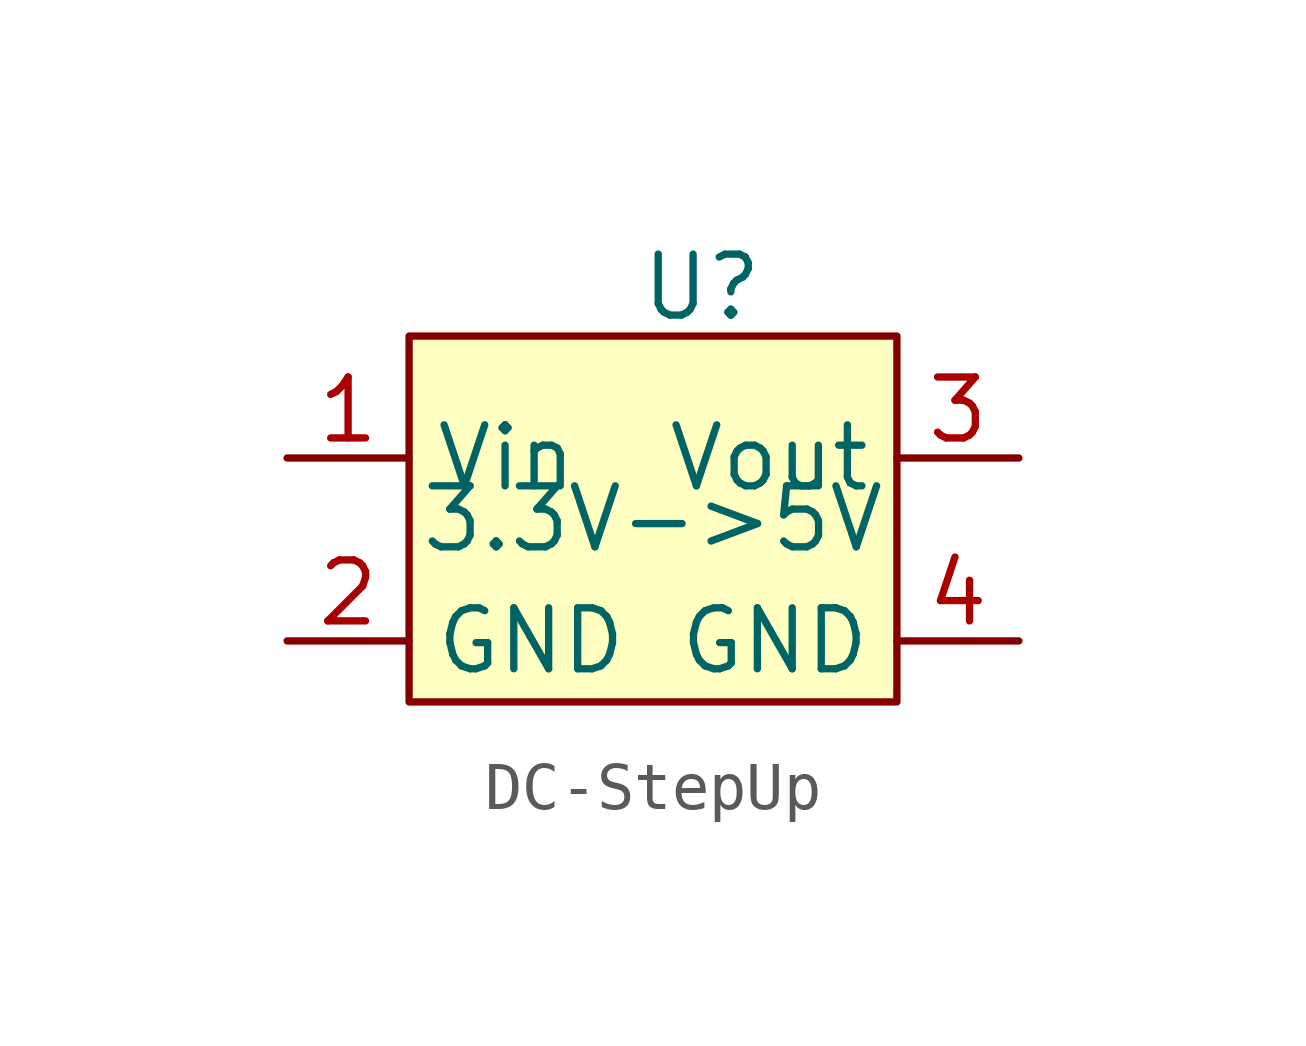
<source format=kicad_sym>
(kicad_symbol_lib
  (version 20231120)
  (generator "kicad_symbol_editor")
  (generator_version "8.0")
  (symbol "DC-StepUp"
    (property "Reference" "U"
      (at 1.016 4.826 0)
      (effects (font (size 1.27 1.27))))
    (property "Value" "3.3V->5V"
      (at 0 0 0)
      (effects (font (size 1.27 1.27))))
    (symbol "DC-StepUp_1_1"
      (rectangle (start -5.08 3.81) (end 5.08 -3.81) (stroke (width 0) (type default)) (fill (type background)))
      (pin power_in line (at -7.62 1.27 0) (length 2.54) (name "Vin" (effects (font (size 1.27 1.27)))) (number "1" (effects (font (size 1.27 1.27)))))
      (pin power_in line (at -7.62 -2.54 0) (length 2.54) (name "GND" (effects (font (size 1.27 1.27)))) (number "2" (effects (font (size 1.27 1.27)))))
      (pin power_out line (at 7.62 1.27 180) (length 2.54) (name "Vout" (effects (font (size 1.27 1.27)))) (number "3" (effects (font (size 1.27 1.27)))))
      (pin power_out line (at 7.62 -2.54 180) (length 2.54) (name "GND" (effects (font (size 1.27 1.27)))) (number "4" (effects (font (size 1.27 1.27))))))))
</source>
